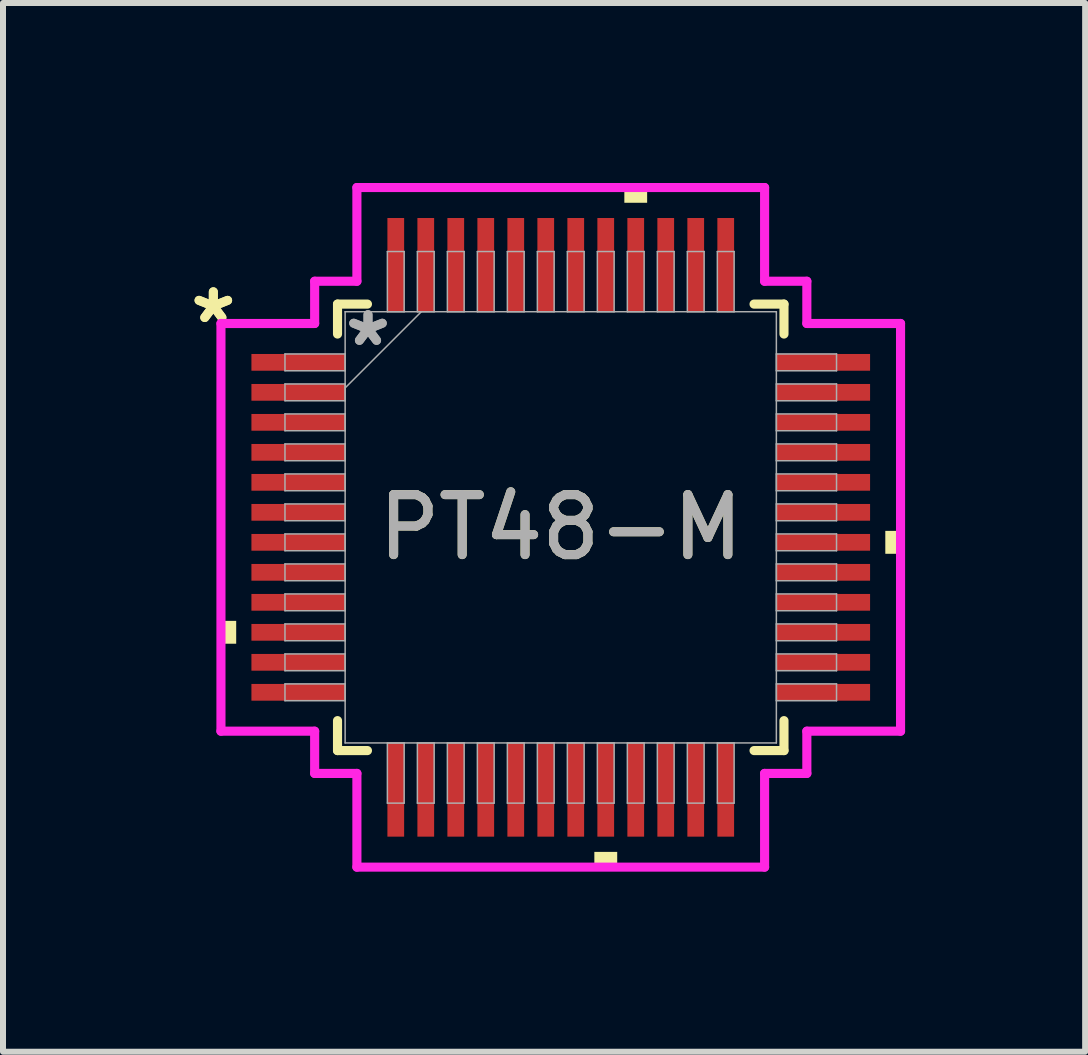
<source format=kicad_pcb>
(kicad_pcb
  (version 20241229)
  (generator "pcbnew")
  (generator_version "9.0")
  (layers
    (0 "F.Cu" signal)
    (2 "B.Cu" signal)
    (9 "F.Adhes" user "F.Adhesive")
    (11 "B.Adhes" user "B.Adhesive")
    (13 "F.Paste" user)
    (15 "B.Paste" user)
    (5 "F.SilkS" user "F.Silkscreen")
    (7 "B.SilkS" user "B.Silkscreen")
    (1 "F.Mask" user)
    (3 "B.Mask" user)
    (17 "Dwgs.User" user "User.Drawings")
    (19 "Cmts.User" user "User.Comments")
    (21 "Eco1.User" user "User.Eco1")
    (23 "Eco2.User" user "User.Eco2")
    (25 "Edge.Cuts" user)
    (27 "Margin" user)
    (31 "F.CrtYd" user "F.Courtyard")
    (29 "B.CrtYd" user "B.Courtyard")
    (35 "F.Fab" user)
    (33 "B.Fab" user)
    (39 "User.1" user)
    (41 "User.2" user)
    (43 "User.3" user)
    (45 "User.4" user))
  (footprint "PT48-M"
    (layer "F.Cu")
    (at 6.297 5.74)
    (property "Reference" "PT48-M" (at 0 0 0) (unlocked yes) (layer "F.SilkS") (effects (font (size 1 1) (thickness 0.15))))
    (attr smd)
    (fp_line (start -3.721 -3.721) (end -3.721 -3.222) (stroke (width 0.152) (type solid)) (layer "F.SilkS"))
    (fp_line (start -3.721 3.222) (end -3.721 3.721) (stroke (width 0.152) (type solid)) (layer "F.SilkS"))
    (fp_line (start -3.721 3.721) (end -3.222 3.721) (stroke (width 0.152) (type solid)) (layer "F.SilkS"))
    (fp_line (start -3.222 -3.721) (end -3.721 -3.721) (stroke (width 0.152) (type solid)) (layer "F.SilkS"))
    (fp_line (start 3.222 3.721) (end 3.721 3.721) (stroke (width 0.152) (type solid)) (layer "F.SilkS"))
    (fp_line (start 3.721 -3.721) (end 3.222 -3.721) (stroke (width 0.152) (type solid)) (layer "F.SilkS"))
    (fp_line (start 3.721 -3.222) (end 3.721 -3.721) (stroke (width 0.152) (type solid)) (layer "F.SilkS"))
    (fp_line (start 3.721 3.721) (end 3.721 3.222) (stroke (width 0.152) (type solid)) (layer "F.SilkS"))
    (fp_poly (pts (xy -5.664 1.559) (xy -5.664 1.94) (xy -5.41 1.94) (xy -5.41 1.559)) (stroke (width 0) (type solid)) (fill yes) (layer "F.SilkS"))
    (fp_poly (pts (xy 0.56 5.41) (xy 0.56 5.664) (xy 0.941 5.664) (xy 0.941 5.41)) (stroke (width 0) (type solid)) (fill yes) (layer "F.SilkS"))
    (fp_poly (pts (xy 1.06 -5.41) (xy 1.06 -5.664) (xy 1.44 -5.664) (xy 1.44 -5.41)) (stroke (width 0) (type solid)) (fill yes) (layer "F.SilkS"))
    (fp_poly (pts (xy 5.664 0.059) (xy 5.664 0.441) (xy 5.41 0.441) (xy 5.41 0.059)) (stroke (width 0) (type solid)) (fill yes) (layer "F.SilkS"))
    (fp_line (start -5.664 -3.398) (end -4.102 -3.398) (stroke (width 0.152) (type solid)) (layer "F.CrtYd"))
    (fp_line (start -5.664 3.398) (end -5.664 -3.398) (stroke (width 0.152) (type solid)) (layer "F.CrtYd"))
    (fp_line (start -4.102 -4.102) (end -3.398 -4.102) (stroke (width 0.152) (type solid)) (layer "F.CrtYd"))
    (fp_line (start -4.102 -3.398) (end -4.102 -4.102) (stroke (width 0.152) (type solid)) (layer "F.CrtYd"))
    (fp_line (start -4.102 3.398) (end -5.664 3.398) (stroke (width 0.152) (type solid)) (layer "F.CrtYd"))
    (fp_line (start -4.102 4.102) (end -4.102 3.398) (stroke (width 0.152) (type solid)) (layer "F.CrtYd"))
    (fp_line (start -4.102 4.102) (end -3.398 4.102) (stroke (width 0.152) (type solid)) (layer "F.CrtYd"))
    (fp_line (start -3.398 -5.664) (end 3.398 -5.664) (stroke (width 0.152) (type solid)) (layer "F.CrtYd"))
    (fp_line (start -3.398 -4.102) (end -3.398 -5.664) (stroke (width 0.152) (type solid)) (layer "F.CrtYd"))
    (fp_line (start -3.398 4.102) (end -3.398 5.664) (stroke (width 0.152) (type solid)) (layer "F.CrtYd"))
    (fp_line (start -3.398 5.664) (end 3.398 5.664) (stroke (width 0.152) (type solid)) (layer "F.CrtYd"))
    (fp_line (start 3.398 -5.664) (end 3.398 -4.102) (stroke (width 0.152) (type solid)) (layer "F.CrtYd"))
    (fp_line (start 3.398 -4.102) (end 4.102 -4.102) (stroke (width 0.152) (type solid)) (layer "F.CrtYd"))
    (fp_line (start 3.398 4.102) (end 4.102 4.102) (stroke (width 0.152) (type solid)) (layer "F.CrtYd"))
    (fp_line (start 3.398 5.664) (end 3.398 4.102) (stroke (width 0.152) (type solid)) (layer "F.CrtYd"))
    (fp_line (start 4.102 -3.398) (end 4.102 -4.102) (stroke (width 0.152) (type solid)) (layer "F.CrtYd"))
    (fp_line (start 4.102 3.398) (end 5.664 3.398) (stroke (width 0.152) (type solid)) (layer "F.CrtYd"))
    (fp_line (start 4.102 4.102) (end 4.102 3.398) (stroke (width 0.152) (type solid)) (layer "F.CrtYd"))
    (fp_line (start 5.664 -3.398) (end 4.102 -3.398) (stroke (width 0.152) (type solid)) (layer "F.CrtYd"))
    (fp_line (start 5.664 3.398) (end 5.664 -3.398) (stroke (width 0.152) (type solid)) (layer "F.CrtYd"))
    (fp_line (start -4.597 -2.89) (end -4.597 -2.61) (stroke (width 0.025) (type solid)) (layer "F.Fab"))
    (fp_line (start -4.597 -2.61) (end -3.594 -2.61) (stroke (width 0.025) (type solid)) (layer "F.Fab"))
    (fp_line (start -4.597 -2.39) (end -4.597 -2.11) (stroke (width 0.025) (type solid)) (layer "F.Fab"))
    (fp_line (start -4.597 -2.11) (end -3.594 -2.11) (stroke (width 0.025) (type solid)) (layer "F.Fab"))
    (fp_line (start -4.597 -1.89) (end -4.597 -1.61) (stroke (width 0.025) (type solid)) (layer "F.Fab"))
    (fp_line (start -4.597 -1.61) (end -3.594 -1.61) (stroke (width 0.025) (type solid)) (layer "F.Fab"))
    (fp_line (start -4.597 -1.39) (end -4.597 -1.11) (stroke (width 0.025) (type solid)) (layer "F.Fab"))
    (fp_line (start -4.597 -1.11) (end -3.594 -1.11) (stroke (width 0.025) (type solid)) (layer "F.Fab"))
    (fp_line (start -4.597 -0.89) (end -4.597 -0.61) (stroke (width 0.025) (type solid)) (layer "F.Fab"))
    (fp_line (start -4.597 -0.61) (end -3.594 -0.61) (stroke (width 0.025) (type solid)) (layer "F.Fab"))
    (fp_line (start -4.597 -0.39) (end -4.597 -0.11) (stroke (width 0.025) (type solid)) (layer "F.Fab"))
    (fp_line (start -4.597 -0.11) (end -3.594 -0.11) (stroke (width 0.025) (type solid)) (layer "F.Fab"))
    (fp_line (start -4.597 0.11) (end -4.597 0.39) (stroke (width 0.025) (type solid)) (layer "F.Fab"))
    (fp_line (start -4.597 0.39) (end -3.594 0.39) (stroke (width 0.025) (type solid)) (layer "F.Fab"))
    (fp_line (start -4.597 0.61) (end -4.597 0.89) (stroke (width 0.025) (type solid)) (layer "F.Fab"))
    (fp_line (start -4.597 0.89) (end -3.594 0.89) (stroke (width 0.025) (type solid)) (layer "F.Fab"))
    (fp_line (start -4.597 1.11) (end -4.597 1.39) (stroke (width 0.025) (type solid)) (layer "F.Fab"))
    (fp_line (start -4.597 1.39) (end -3.594 1.39) (stroke (width 0.025) (type solid)) (layer "F.Fab"))
    (fp_line (start -4.597 1.61) (end -4.597 1.89) (stroke (width 0.025) (type solid)) (layer "F.Fab"))
    (fp_line (start -4.597 1.89) (end -3.594 1.89) (stroke (width 0.025) (type solid)) (layer "F.Fab"))
    (fp_line (start -4.597 2.11) (end -4.597 2.39) (stroke (width 0.025) (type solid)) (layer "F.Fab"))
    (fp_line (start -4.597 2.39) (end -3.594 2.39) (stroke (width 0.025) (type solid)) (layer "F.Fab"))
    (fp_line (start -4.597 2.61) (end -4.597 2.89) (stroke (width 0.025) (type solid)) (layer "F.Fab"))
    (fp_line (start -4.597 2.89) (end -3.594 2.89) (stroke (width 0.025) (type solid)) (layer "F.Fab"))
    (fp_line (start -3.594 -3.594) (end -3.594 3.594) (stroke (width 0.025) (type solid)) (layer "F.Fab"))
    (fp_line (start -3.594 -2.89) (end -4.597 -2.89) (stroke (width 0.025) (type solid)) (layer "F.Fab"))
    (fp_line (start -3.594 -2.61) (end -3.594 -2.89) (stroke (width 0.025) (type solid)) (layer "F.Fab"))
    (fp_line (start -3.594 -2.39) (end -4.597 -2.39) (stroke (width 0.025) (type solid)) (layer "F.Fab"))
    (fp_line (start -3.594 -2.324) (end -2.324 -3.594) (stroke (width 0.025) (type solid)) (layer "F.Fab"))
    (fp_line (start -3.594 -2.11) (end -3.594 -2.39) (stroke (width 0.025) (type solid)) (layer "F.Fab"))
    (fp_line (start -3.594 -1.89) (end -4.597 -1.89) (stroke (width 0.025) (type solid)) (layer "F.Fab"))
    (fp_line (start -3.594 -1.61) (end -3.594 -1.89) (stroke (width 0.025) (type solid)) (layer "F.Fab"))
    (fp_line (start -3.594 -1.39) (end -4.597 -1.39) (stroke (width 0.025) (type solid)) (layer "F.Fab"))
    (fp_line (start -3.594 -1.11) (end -3.594 -1.39) (stroke (width 0.025) (type solid)) (layer "F.Fab"))
    (fp_line (start -3.594 -0.89) (end -4.597 -0.89) (stroke (width 0.025) (type solid)) (layer "F.Fab"))
    (fp_line (start -3.594 -0.61) (end -3.594 -0.89) (stroke (width 0.025) (type solid)) (layer "F.Fab"))
    (fp_line (start -3.594 -0.39) (end -4.597 -0.39) (stroke (width 0.025) (type solid)) (layer "F.Fab"))
    (fp_line (start -3.594 -0.11) (end -3.594 -0.39) (stroke (width 0.025) (type solid)) (layer "F.Fab"))
    (fp_line (start -3.594 0.11) (end -4.597 0.11) (stroke (width 0.025) (type solid)) (layer "F.Fab"))
    (fp_line (start -3.594 0.39) (end -3.594 0.11) (stroke (width 0.025) (type solid)) (layer "F.Fab"))
    (fp_line (start -3.594 0.61) (end -4.597 0.61) (stroke (width 0.025) (type solid)) (layer "F.Fab"))
    (fp_line (start -3.594 0.89) (end -3.594 0.61) (stroke (width 0.025) (type solid)) (layer "F.Fab"))
    (fp_line (start -3.594 1.11) (end -4.597 1.11) (stroke (width 0.025) (type solid)) (layer "F.Fab"))
    (fp_line (start -3.594 1.39) (end -3.594 1.11) (stroke (width 0.025) (type solid)) (layer "F.Fab"))
    (fp_line (start -3.594 1.61) (end -4.597 1.61) (stroke (width 0.025) (type solid)) (layer "F.Fab"))
    (fp_line (start -3.594 1.89) (end -3.594 1.61) (stroke (width 0.025) (type solid)) (layer "F.Fab"))
    (fp_line (start -3.594 2.11) (end -4.597 2.11) (stroke (width 0.025) (type solid)) (layer "F.Fab"))
    (fp_line (start -3.594 2.39) (end -3.594 2.11) (stroke (width 0.025) (type solid)) (layer "F.Fab"))
    (fp_line (start -3.594 2.61) (end -4.597 2.61) (stroke (width 0.025) (type solid)) (layer "F.Fab"))
    (fp_line (start -3.594 2.89) (end -3.594 2.61) (stroke (width 0.025) (type solid)) (layer "F.Fab"))
    (fp_line (start -3.594 3.594) (end 3.594 3.594) (stroke (width 0.025) (type solid)) (layer "F.Fab"))
    (fp_line (start -2.89 -4.597) (end -2.89 -3.594) (stroke (width 0.025) (type solid)) (layer "F.Fab"))
    (fp_line (start -2.89 -3.594) (end -2.61 -3.594) (stroke (width 0.025) (type solid)) (layer "F.Fab"))
    (fp_line (start -2.89 3.594) (end -2.89 4.597) (stroke (width 0.025) (type solid)) (layer "F.Fab"))
    (fp_line (start -2.89 4.597) (end -2.61 4.597) (stroke (width 0.025) (type solid)) (layer "F.Fab"))
    (fp_line (start -2.61 -4.597) (end -2.89 -4.597) (stroke (width 0.025) (type solid)) (layer "F.Fab"))
    (fp_line (start -2.61 -3.594) (end -2.61 -4.597) (stroke (width 0.025) (type solid)) (layer "F.Fab"))
    (fp_line (start -2.61 3.594) (end -2.89 3.594) (stroke (width 0.025) (type solid)) (layer "F.Fab"))
    (fp_line (start -2.61 4.597) (end -2.61 3.594) (stroke (width 0.025) (type solid)) (layer "F.Fab"))
    (fp_line (start -2.39 -4.597) (end -2.39 -3.594) (stroke (width 0.025) (type solid)) (layer "F.Fab"))
    (fp_line (start -2.39 -3.594) (end -2.11 -3.594) (stroke (width 0.025) (type solid)) (layer "F.Fab"))
    (fp_line (start -2.39 3.594) (end -2.39 4.597) (stroke (width 0.025) (type solid)) (layer "F.Fab"))
    (fp_line (start -2.39 4.597) (end -2.11 4.597) (stroke (width 0.025) (type solid)) (layer "F.Fab"))
    (fp_line (start -2.11 -4.597) (end -2.39 -4.597) (stroke (width 0.025) (type solid)) (layer "F.Fab"))
    (fp_line (start -2.11 -3.594) (end -2.11 -4.597) (stroke (width 0.025) (type solid)) (layer "F.Fab"))
    (fp_line (start -2.11 3.594) (end -2.39 3.594) (stroke (width 0.025) (type solid)) (layer "F.Fab"))
    (fp_line (start -2.11 4.597) (end -2.11 3.594) (stroke (width 0.025) (type solid)) (layer "F.Fab"))
    (fp_line (start -1.89 -4.597) (end -1.89 -3.594) (stroke (width 0.025) (type solid)) (layer "F.Fab"))
    (fp_line (start -1.89 -3.594) (end -1.61 -3.594) (stroke (width 0.025) (type solid)) (layer "F.Fab"))
    (fp_line (start -1.89 3.594) (end -1.89 4.597) (stroke (width 0.025) (type solid)) (layer "F.Fab"))
    (fp_line (start -1.89 4.597) (end -1.61 4.597) (stroke (width 0.025) (type solid)) (layer "F.Fab"))
    (fp_line (start -1.61 -4.597) (end -1.89 -4.597) (stroke (width 0.025) (type solid)) (layer "F.Fab"))
    (fp_line (start -1.61 -3.594) (end -1.61 -4.597) (stroke (width 0.025) (type solid)) (layer "F.Fab"))
    (fp_line (start -1.61 3.594) (end -1.89 3.594) (stroke (width 0.025) (type solid)) (layer "F.Fab"))
    (fp_line (start -1.61 4.597) (end -1.61 3.594) (stroke (width 0.025) (type solid)) (layer "F.Fab"))
    (fp_line (start -1.39 -4.597) (end -1.39 -3.594) (stroke (width 0.025) (type solid)) (layer "F.Fab"))
    (fp_line (start -1.39 -3.594) (end -1.11 -3.594) (stroke (width 0.025) (type solid)) (layer "F.Fab"))
    (fp_line (start -1.39 3.594) (end -1.39 4.597) (stroke (width 0.025) (type solid)) (layer "F.Fab"))
    (fp_line (start -1.39 4.597) (end -1.11 4.597) (stroke (width 0.025) (type solid)) (layer "F.Fab"))
    (fp_line (start -1.11 -4.597) (end -1.39 -4.597) (stroke (width 0.025) (type solid)) (layer "F.Fab"))
    (fp_line (start -1.11 -3.594) (end -1.11 -4.597) (stroke (width 0.025) (type solid)) (layer "F.Fab"))
    (fp_line (start -1.11 3.594) (end -1.39 3.594) (stroke (width 0.025) (type solid)) (layer "F.Fab"))
    (fp_line (start -1.11 4.597) (end -1.11 3.594) (stroke (width 0.025) (type solid)) (layer "F.Fab"))
    (fp_line (start -0.89 -4.597) (end -0.89 -3.594) (stroke (width 0.025) (type solid)) (layer "F.Fab"))
    (fp_line (start -0.89 -3.594) (end -0.61 -3.594) (stroke (width 0.025) (type solid)) (layer "F.Fab"))
    (fp_line (start -0.89 3.594) (end -0.89 4.597) (stroke (width 0.025) (type solid)) (layer "F.Fab"))
    (fp_line (start -0.89 4.597) (end -0.61 4.597) (stroke (width 0.025) (type solid)) (layer "F.Fab"))
    (fp_line (start -0.61 -4.597) (end -0.89 -4.597) (stroke (width 0.025) (type solid)) (layer "F.Fab"))
    (fp_line (start -0.61 -3.594) (end -0.61 -4.597) (stroke (width 0.025) (type solid)) (layer "F.Fab"))
    (fp_line (start -0.61 3.594) (end -0.89 3.594) (stroke (width 0.025) (type solid)) (layer "F.Fab"))
    (fp_line (start -0.61 4.597) (end -0.61 3.594) (stroke (width 0.025) (type solid)) (layer "F.Fab"))
    (fp_line (start -0.39 -4.597) (end -0.39 -3.594) (stroke (width 0.025) (type solid)) (layer "F.Fab"))
    (fp_line (start -0.39 -3.594) (end -0.11 -3.594) (stroke (width 0.025) (type solid)) (layer "F.Fab"))
    (fp_line (start -0.39 3.594) (end -0.39 4.597) (stroke (width 0.025) (type solid)) (layer "F.Fab"))
    (fp_line (start -0.39 4.597) (end -0.11 4.597) (stroke (width 0.025) (type solid)) (layer "F.Fab"))
    (fp_line (start -0.11 -4.597) (end -0.39 -4.597) (stroke (width 0.025) (type solid)) (layer "F.Fab"))
    (fp_line (start -0.11 -3.594) (end -0.11 -4.597) (stroke (width 0.025) (type solid)) (layer "F.Fab"))
    (fp_line (start -0.11 3.594) (end -0.39 3.594) (stroke (width 0.025) (type solid)) (layer "F.Fab"))
    (fp_line (start -0.11 4.597) (end -0.11 3.594) (stroke (width 0.025) (type solid)) (layer "F.Fab"))
    (fp_line (start 0.11 -4.597) (end 0.11 -3.594) (stroke (width 0.025) (type solid)) (layer "F.Fab"))
    (fp_line (start 0.11 -3.594) (end 0.39 -3.594) (stroke (width 0.025) (type solid)) (layer "F.Fab"))
    (fp_line (start 0.11 3.594) (end 0.11 4.597) (stroke (width 0.025) (type solid)) (layer "F.Fab"))
    (fp_line (start 0.11 4.597) (end 0.39 4.597) (stroke (width 0.025) (type solid)) (layer "F.Fab"))
    (fp_line (start 0.39 -4.597) (end 0.11 -4.597) (stroke (width 0.025) (type solid)) (layer "F.Fab"))
    (fp_line (start 0.39 -3.594) (end 0.39 -4.597) (stroke (width 0.025) (type solid)) (layer "F.Fab"))
    (fp_line (start 0.39 3.594) (end 0.11 3.594) (stroke (width 0.025) (type solid)) (layer "F.Fab"))
    (fp_line (start 0.39 4.597) (end 0.39 3.594) (stroke (width 0.025) (type solid)) (layer "F.Fab"))
    (fp_line (start 0.61 -4.597) (end 0.61 -3.594) (stroke (width 0.025) (type solid)) (layer "F.Fab"))
    (fp_line (start 0.61 -3.594) (end 0.89 -3.594) (stroke (width 0.025) (type solid)) (layer "F.Fab"))
    (fp_line (start 0.61 3.594) (end 0.61 4.597) (stroke (width 0.025) (type solid)) (layer "F.Fab"))
    (fp_line (start 0.61 4.597) (end 0.89 4.597) (stroke (width 0.025) (type solid)) (layer "F.Fab"))
    (fp_line (start 0.89 -4.597) (end 0.61 -4.597) (stroke (width 0.025) (type solid)) (layer "F.Fab"))
    (fp_line (start 0.89 -3.594) (end 0.89 -4.597) (stroke (width 0.025) (type solid)) (layer "F.Fab"))
    (fp_line (start 0.89 3.594) (end 0.61 3.594) (stroke (width 0.025) (type solid)) (layer "F.Fab"))
    (fp_line (start 0.89 4.597) (end 0.89 3.594) (stroke (width 0.025) (type solid)) (layer "F.Fab"))
    (fp_line (start 1.11 -4.597) (end 1.11 -3.594) (stroke (width 0.025) (type solid)) (layer "F.Fab"))
    (fp_line (start 1.11 -3.594) (end 1.39 -3.594) (stroke (width 0.025) (type solid)) (layer "F.Fab"))
    (fp_line (start 1.11 3.594) (end 1.11 4.597) (stroke (width 0.025) (type solid)) (layer "F.Fab"))
    (fp_line (start 1.11 4.597) (end 1.39 4.597) (stroke (width 0.025) (type solid)) (layer "F.Fab"))
    (fp_line (start 1.39 -4.597) (end 1.11 -4.597) (stroke (width 0.025) (type solid)) (layer "F.Fab"))
    (fp_line (start 1.39 -3.594) (end 1.39 -4.597) (stroke (width 0.025) (type solid)) (layer "F.Fab"))
    (fp_line (start 1.39 3.594) (end 1.11 3.594) (stroke (width 0.025) (type solid)) (layer "F.Fab"))
    (fp_line (start 1.39 4.597) (end 1.39 3.594) (stroke (width 0.025) (type solid)) (layer "F.Fab"))
    (fp_line (start 1.61 -4.597) (end 1.61 -3.594) (stroke (width 0.025) (type solid)) (layer "F.Fab"))
    (fp_line (start 1.61 -3.594) (end 1.89 -3.594) (stroke (width 0.025) (type solid)) (layer "F.Fab"))
    (fp_line (start 1.61 3.594) (end 1.61 4.597) (stroke (width 0.025) (type solid)) (layer "F.Fab"))
    (fp_line (start 1.61 4.597) (end 1.89 4.597) (stroke (width 0.025) (type solid)) (layer "F.Fab"))
    (fp_line (start 1.89 -4.597) (end 1.61 -4.597) (stroke (width 0.025) (type solid)) (layer "F.Fab"))
    (fp_line (start 1.89 -3.594) (end 1.89 -4.597) (stroke (width 0.025) (type solid)) (layer "F.Fab"))
    (fp_line (start 1.89 3.594) (end 1.61 3.594) (stroke (width 0.025) (type solid)) (layer "F.Fab"))
    (fp_line (start 1.89 4.597) (end 1.89 3.594) (stroke (width 0.025) (type solid)) (layer "F.Fab"))
    (fp_line (start 2.11 -4.597) (end 2.11 -3.594) (stroke (width 0.025) (type solid)) (layer "F.Fab"))
    (fp_line (start 2.11 -3.594) (end 2.39 -3.594) (stroke (width 0.025) (type solid)) (layer "F.Fab"))
    (fp_line (start 2.11 3.594) (end 2.11 4.597) (stroke (width 0.025) (type solid)) (layer "F.Fab"))
    (fp_line (start 2.11 4.597) (end 2.39 4.597) (stroke (width 0.025) (type solid)) (layer "F.Fab"))
    (fp_line (start 2.39 -4.597) (end 2.11 -4.597) (stroke (width 0.025) (type solid)) (layer "F.Fab"))
    (fp_line (start 2.39 -3.594) (end 2.39 -4.597) (stroke (width 0.025) (type solid)) (layer "F.Fab"))
    (fp_line (start 2.39 3.594) (end 2.11 3.594) (stroke (width 0.025) (type solid)) (layer "F.Fab"))
    (fp_line (start 2.39 4.597) (end 2.39 3.594) (stroke (width 0.025) (type solid)) (layer "F.Fab"))
    (fp_line (start 2.61 -4.597) (end 2.61 -3.594) (stroke (width 0.025) (type solid)) (layer "F.Fab"))
    (fp_line (start 2.61 -3.594) (end 2.89 -3.594) (stroke (width 0.025) (type solid)) (layer "F.Fab"))
    (fp_line (start 2.61 3.594) (end 2.61 4.597) (stroke (width 0.025) (type solid)) (layer "F.Fab"))
    (fp_line (start 2.61 4.597) (end 2.89 4.597) (stroke (width 0.025) (type solid)) (layer "F.Fab"))
    (fp_line (start 2.89 -4.597) (end 2.61 -4.597) (stroke (width 0.025) (type solid)) (layer "F.Fab"))
    (fp_line (start 2.89 -3.594) (end 2.89 -4.597) (stroke (width 0.025) (type solid)) (layer "F.Fab"))
    (fp_line (start 2.89 3.594) (end 2.61 3.594) (stroke (width 0.025) (type solid)) (layer "F.Fab"))
    (fp_line (start 2.89 4.597) (end 2.89 3.594) (stroke (width 0.025) (type solid)) (layer "F.Fab"))
    (fp_line (start 3.594 -3.594) (end -3.594 -3.594) (stroke (width 0.025) (type solid)) (layer "F.Fab"))
    (fp_line (start 3.594 -2.89) (end 3.594 -2.61) (stroke (width 0.025) (type solid)) (layer "F.Fab"))
    (fp_line (start 3.594 -2.61) (end 4.597 -2.61) (stroke (width 0.025) (type solid)) (layer "F.Fab"))
    (fp_line (start 3.594 -2.39) (end 3.594 -2.11) (stroke (width 0.025) (type solid)) (layer "F.Fab"))
    (fp_line (start 3.594 -2.11) (end 4.597 -2.11) (stroke (width 0.025) (type solid)) (layer "F.Fab"))
    (fp_line (start 3.594 -1.89) (end 3.594 -1.61) (stroke (width 0.025) (type solid)) (layer "F.Fab"))
    (fp_line (start 3.594 -1.61) (end 4.597 -1.61) (stroke (width 0.025) (type solid)) (layer "F.Fab"))
    (fp_line (start 3.594 -1.39) (end 3.594 -1.11) (stroke (width 0.025) (type solid)) (layer "F.Fab"))
    (fp_line (start 3.594 -1.11) (end 4.597 -1.11) (stroke (width 0.025) (type solid)) (layer "F.Fab"))
    (fp_line (start 3.594 -0.89) (end 3.594 -0.61) (stroke (width 0.025) (type solid)) (layer "F.Fab"))
    (fp_line (start 3.594 -0.61) (end 4.597 -0.61) (stroke (width 0.025) (type solid)) (layer "F.Fab"))
    (fp_line (start 3.594 -0.39) (end 3.594 -0.11) (stroke (width 0.025) (type solid)) (layer "F.Fab"))
    (fp_line (start 3.594 -0.11) (end 4.597 -0.11) (stroke (width 0.025) (type solid)) (layer "F.Fab"))
    (fp_line (start 3.594 0.11) (end 3.594 0.39) (stroke (width 0.025) (type solid)) (layer "F.Fab"))
    (fp_line (start 3.594 0.39) (end 4.597 0.39) (stroke (width 0.025) (type solid)) (layer "F.Fab"))
    (fp_line (start 3.594 0.61) (end 3.594 0.89) (stroke (width 0.025) (type solid)) (layer "F.Fab"))
    (fp_line (start 3.594 0.89) (end 4.597 0.89) (stroke (width 0.025) (type solid)) (layer "F.Fab"))
    (fp_line (start 3.594 1.11) (end 3.594 1.39) (stroke (width 0.025) (type solid)) (layer "F.Fab"))
    (fp_line (start 3.594 1.39) (end 4.597 1.39) (stroke (width 0.025) (type solid)) (layer "F.Fab"))
    (fp_line (start 3.594 1.61) (end 3.594 1.89) (stroke (width 0.025) (type solid)) (layer "F.Fab"))
    (fp_line (start 3.594 1.89) (end 4.597 1.89) (stroke (width 0.025) (type solid)) (layer "F.Fab"))
    (fp_line (start 3.594 2.11) (end 3.594 2.39) (stroke (width 0.025) (type solid)) (layer "F.Fab"))
    (fp_line (start 3.594 2.39) (end 4.597 2.39) (stroke (width 0.025) (type solid)) (layer "F.Fab"))
    (fp_line (start 3.594 2.61) (end 3.594 2.89) (stroke (width 0.025) (type solid)) (layer "F.Fab"))
    (fp_line (start 3.594 2.89) (end 4.597 2.89) (stroke (width 0.025) (type solid)) (layer "F.Fab"))
    (fp_line (start 3.594 3.594) (end 3.594 -3.594) (stroke (width 0.025) (type solid)) (layer "F.Fab"))
    (fp_line (start 4.597 -2.89) (end 3.594 -2.89) (stroke (width 0.025) (type solid)) (layer "F.Fab"))
    (fp_line (start 4.597 -2.61) (end 4.597 -2.89) (stroke (width 0.025) (type solid)) (layer "F.Fab"))
    (fp_line (start 4.597 -2.39) (end 3.594 -2.39) (stroke (width 0.025) (type solid)) (layer "F.Fab"))
    (fp_line (start 4.597 -2.11) (end 4.597 -2.39) (stroke (width 0.025) (type solid)) (layer "F.Fab"))
    (fp_line (start 4.597 -1.89) (end 3.594 -1.89) (stroke (width 0.025) (type solid)) (layer "F.Fab"))
    (fp_line (start 4.597 -1.61) (end 4.597 -1.89) (stroke (width 0.025) (type solid)) (layer "F.Fab"))
    (fp_line (start 4.597 -1.39) (end 3.594 -1.39) (stroke (width 0.025) (type solid)) (layer "F.Fab"))
    (fp_line (start 4.597 -1.11) (end 4.597 -1.39) (stroke (width 0.025) (type solid)) (layer "F.Fab"))
    (fp_line (start 4.597 -0.89) (end 3.594 -0.89) (stroke (width 0.025) (type solid)) (layer "F.Fab"))
    (fp_line (start 4.597 -0.61) (end 4.597 -0.89) (stroke (width 0.025) (type solid)) (layer "F.Fab"))
    (fp_line (start 4.597 -0.39) (end 3.594 -0.39) (stroke (width 0.025) (type solid)) (layer "F.Fab"))
    (fp_line (start 4.597 -0.11) (end 4.597 -0.39) (stroke (width 0.025) (type solid)) (layer "F.Fab"))
    (fp_line (start 4.597 0.11) (end 3.594 0.11) (stroke (width 0.025) (type solid)) (layer "F.Fab"))
    (fp_line (start 4.597 0.39) (end 4.597 0.11) (stroke (width 0.025) (type solid)) (layer "F.Fab"))
    (fp_line (start 4.597 0.61) (end 3.594 0.61) (stroke (width 0.025) (type solid)) (layer "F.Fab"))
    (fp_line (start 4.597 0.89) (end 4.597 0.61) (stroke (width 0.025) (type solid)) (layer "F.Fab"))
    (fp_line (start 4.597 1.11) (end 3.594 1.11) (stroke (width 0.025) (type solid)) (layer "F.Fab"))
    (fp_line (start 4.597 1.39) (end 4.597 1.11) (stroke (width 0.025) (type solid)) (layer "F.Fab"))
    (fp_line (start 4.597 1.61) (end 3.594 1.61) (stroke (width 0.025) (type solid)) (layer "F.Fab"))
    (fp_line (start 4.597 1.89) (end 4.597 1.61) (stroke (width 0.025) (type solid)) (layer "F.Fab"))
    (fp_line (start 4.597 2.11) (end 3.594 2.11) (stroke (width 0.025) (type solid)) (layer "F.Fab"))
    (fp_line (start 4.597 2.39) (end 4.597 2.11) (stroke (width 0.025) (type solid)) (layer "F.Fab"))
    (fp_line (start 4.597 2.61) (end 3.594 2.61) (stroke (width 0.025) (type solid)) (layer "F.Fab"))
    (fp_line (start 4.597 2.89) (end 4.597 2.61) (stroke (width 0.025) (type solid)) (layer "F.Fab"))
    (fp_text user "*" (at -5.791 -3.381 0) (layer "F.SilkS") (effects (font (size 1 1) (thickness 0.15))))
    (fp_text user "*" (at -5.791 -3.381 0) (unlocked yes) (layer "F.SilkS") (effects (font (size 1 1) (thickness 0.15))))
    (fp_text user "${REFERENCE}" (at 0 0 0) (unlocked yes) (layer "F.Fab") (effects (font (size 1 1) (thickness 0.15))))
    (fp_text user "*" (at -3.213 -3 0) (unlocked yes) (layer "F.Fab") (effects (font (size 1 1) (thickness 0.15))))
    (fp_text user "*" (at -3.213 -3 0) (layer "F.Fab") (effects (font (size 1 1) (thickness 0.15))))
    (pad "1" smd rect (at -4.375 -2.75 90) (size 0.279 1.562) (layers "F.Cu" "F.Mask" "F.Paste"))
    (pad "2" smd rect (at -4.375 -2.25 90) (size 0.279 1.562) (layers "F.Cu" "F.Mask" "F.Paste"))
    (pad "3" smd rect (at -4.375 -1.75 90) (size 0.279 1.562) (layers "F.Cu" "F.Mask" "F.Paste"))
    (pad "4" smd rect (at -4.375 -1.25 90) (size 0.279 1.562) (layers "F.Cu" "F.Mask" "F.Paste"))
    (pad "5" smd rect (at -4.375 -0.75 90) (size 0.279 1.562) (layers "F.Cu" "F.Mask" "F.Paste"))
    (pad "6" smd rect (at -4.375 -0.25 90) (size 0.279 1.562) (layers "F.Cu" "F.Mask" "F.Paste"))
    (pad "7" smd rect (at -4.375 0.25 90) (size 0.279 1.562) (layers "F.Cu" "F.Mask" "F.Paste"))
    (pad "8" smd rect (at -4.375 0.75 90) (size 0.279 1.562) (layers "F.Cu" "F.Mask" "F.Paste"))
    (pad "9" smd rect (at -4.375 1.25 90) (size 0.279 1.562) (layers "F.Cu" "F.Mask" "F.Paste"))
    (pad "10" smd rect (at -4.375 1.75 90) (size 0.279 1.562) (layers "F.Cu" "F.Mask" "F.Paste"))
    (pad "11" smd rect (at -4.375 2.25 90) (size 0.279 1.562) (layers "F.Cu" "F.Mask" "F.Paste"))
    (pad "12" smd rect (at -4.375 2.75 90) (size 0.279 1.562) (layers "F.Cu" "F.Mask" "F.Paste"))
    (pad "13" smd rect (at -2.75 4.375) (size 0.279 1.562) (layers "F.Cu" "F.Mask" "F.Paste"))
    (pad "14" smd rect (at -2.25 4.375) (size 0.279 1.562) (layers "F.Cu" "F.Mask" "F.Paste"))
    (pad "15" smd rect (at -1.75 4.375) (size 0.279 1.562) (layers "F.Cu" "F.Mask" "F.Paste"))
    (pad "16" smd rect (at -1.25 4.375) (size 0.279 1.562) (layers "F.Cu" "F.Mask" "F.Paste"))
    (pad "17" smd rect (at -0.75 4.375) (size 0.279 1.562) (layers "F.Cu" "F.Mask" "F.Paste"))
    (pad "18" smd rect (at -0.25 4.375) (size 0.279 1.562) (layers "F.Cu" "F.Mask" "F.Paste"))
    (pad "19" smd rect (at 0.25 4.375) (size 0.279 1.562) (layers "F.Cu" "F.Mask" "F.Paste"))
    (pad "20" smd rect (at 0.75 4.375) (size 0.279 1.562) (layers "F.Cu" "F.Mask" "F.Paste"))
    (pad "21" smd rect (at 1.25 4.375) (size 0.279 1.562) (layers "F.Cu" "F.Mask" "F.Paste"))
    (pad "22" smd rect (at 1.75 4.375) (size 0.279 1.562) (layers "F.Cu" "F.Mask" "F.Paste"))
    (pad "23" smd rect (at 2.25 4.375) (size 0.279 1.562) (layers "F.Cu" "F.Mask" "F.Paste"))
    (pad "24" smd rect (at 2.75 4.375) (size 0.279 1.562) (layers "F.Cu" "F.Mask" "F.Paste"))
    (pad "25" smd rect (at 4.375 2.75 90) (size 0.279 1.562) (layers "F.Cu" "F.Mask" "F.Paste"))
    (pad "26" smd rect (at 4.375 2.25 90) (size 0.279 1.562) (layers "F.Cu" "F.Mask" "F.Paste"))
    (pad "27" smd rect (at 4.375 1.75 90) (size 0.279 1.562) (layers "F.Cu" "F.Mask" "F.Paste"))
    (pad "28" smd rect (at 4.375 1.25 90) (size 0.279 1.562) (layers "F.Cu" "F.Mask" "F.Paste"))
    (pad "29" smd rect (at 4.375 0.75 90) (size 0.279 1.562) (layers "F.Cu" "F.Mask" "F.Paste"))
    (pad "30" smd rect (at 4.375 0.25 90) (size 0.279 1.562) (layers "F.Cu" "F.Mask" "F.Paste"))
    (pad "31" smd rect (at 4.375 -0.25 90) (size 0.279 1.562) (layers "F.Cu" "F.Mask" "F.Paste"))
    (pad "32" smd rect (at 4.375 -0.75 90) (size 0.279 1.562) (layers "F.Cu" "F.Mask" "F.Paste"))
    (pad "33" smd rect (at 4.375 -1.25 90) (size 0.279 1.562) (layers "F.Cu" "F.Mask" "F.Paste"))
    (pad "34" smd rect (at 4.375 -1.75 90) (size 0.279 1.562) (layers "F.Cu" "F.Mask" "F.Paste"))
    (pad "35" smd rect (at 4.375 -2.25 90) (size 0.279 1.562) (layers "F.Cu" "F.Mask" "F.Paste"))
    (pad "36" smd rect (at 4.375 -2.75 90) (size 0.279 1.562) (layers "F.Cu" "F.Mask" "F.Paste"))
    (pad "37" smd rect (at 2.75 -4.375) (size 0.279 1.562) (layers "F.Cu" "F.Mask" "F.Paste"))
    (pad "38" smd rect (at 2.25 -4.375) (size 0.279 1.562) (layers "F.Cu" "F.Mask" "F.Paste"))
    (pad "39" smd rect (at 1.75 -4.375) (size 0.279 1.562) (layers "F.Cu" "F.Mask" "F.Paste"))
    (pad "40" smd rect (at 1.25 -4.375) (size 0.279 1.562) (layers "F.Cu" "F.Mask" "F.Paste"))
    (pad "41" smd rect (at 0.75 -4.375) (size 0.279 1.562) (layers "F.Cu" "F.Mask" "F.Paste"))
    (pad "42" smd rect (at 0.25 -4.375) (size 0.279 1.562) (layers "F.Cu" "F.Mask" "F.Paste"))
    (pad "43" smd rect (at -0.25 -4.375) (size 0.279 1.562) (layers "F.Cu" "F.Mask" "F.Paste"))
    (pad "44" smd rect (at -0.75 -4.375) (size 0.279 1.562) (layers "F.Cu" "F.Mask" "F.Paste"))
    (pad "45" smd rect (at -1.25 -4.375) (size 0.279 1.562) (layers "F.Cu" "F.Mask" "F.Paste"))
    (pad "46" smd rect (at -1.75 -4.375) (size 0.279 1.562) (layers "F.Cu" "F.Mask" "F.Paste"))
    (pad "47" smd rect (at -2.25 -4.375) (size 0.279 1.562) (layers "F.Cu" "F.Mask" "F.Paste"))
    (pad "48" smd rect (at -2.75 -4.375) (size 0.279 1.562) (layers "F.Cu" "F.Mask" "F.Paste")))
  (gr_rect
    (start -3 -3)
    (end 15.038 14.481)
    (stroke (width 0.1) (type default))
    (fill no)
    (layer "Edge.Cuts")))
</source>
